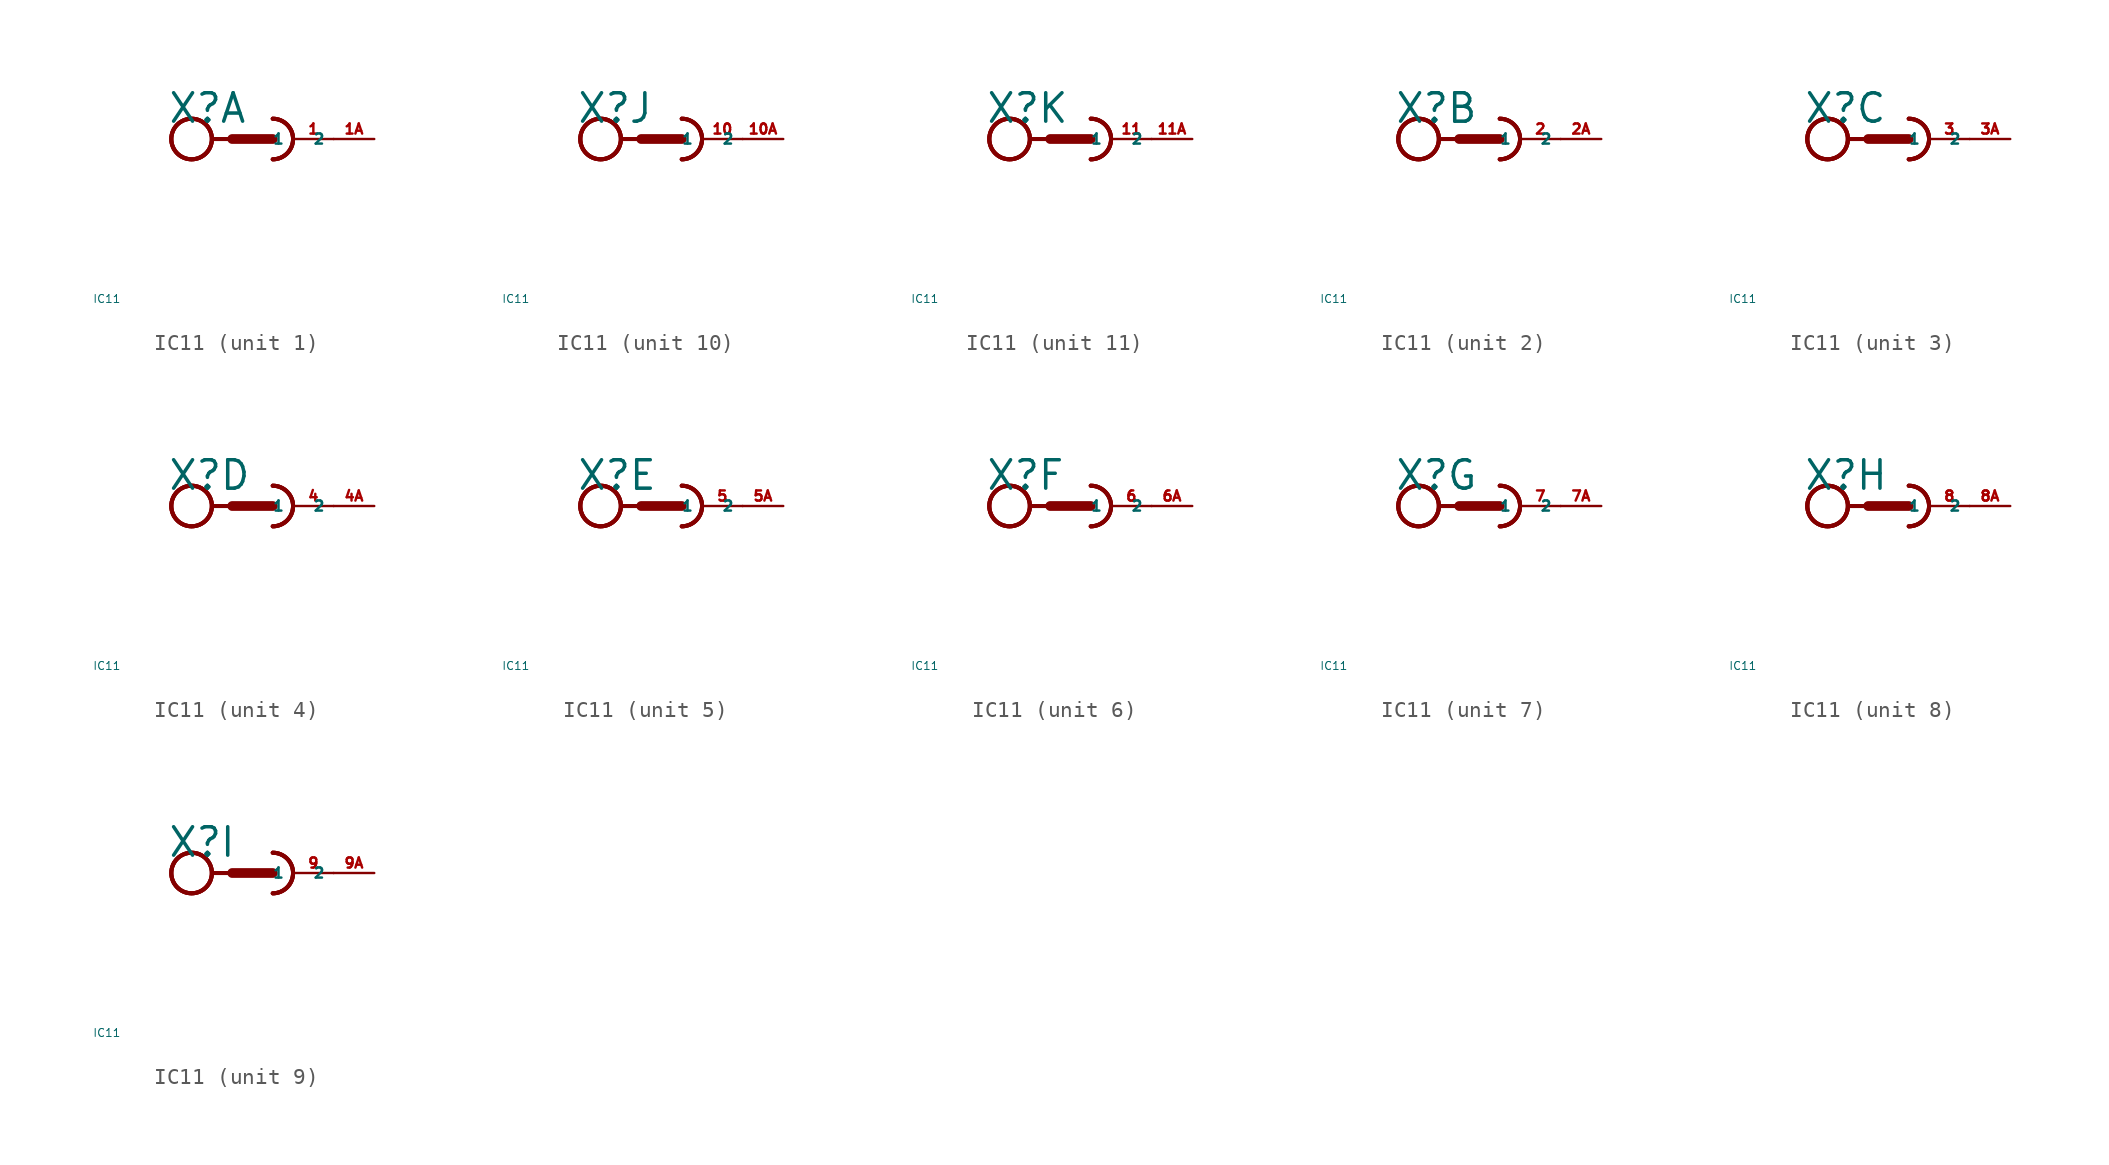
<source format=kicad_sym>
(kicad_symbol_lib
  (version 20220914)
  (generator Eagle2Kicad)
  (symbol "IC11"
    (property "Reference" "X"
      (at -5.334 0.889 0)
      (effects (font (size 1.778 1.778) (thickness 0.22)) (justify left bottom)))
    (property "Value" "IC11"
      (at -10 -10 0)
      (effects (font (size 0.5 0.5) (thickness 0.06)) (justify left)))
    (symbol "IC11_1_0"
      (arc (start 1.27 -1.27) (mid 2.540 0.000) (end 1.27 1.27) (stroke (width 0.254) (type default)) (fill (type none)))
      (arc (start 1.27 -1.27) (mid 2.540 0.000) (end 1.27 1.27) (stroke (width 0.254) (type default)) (fill (type none)))
      (polyline (pts (xy -2.54 0) (xy -1.27 0)) (stroke (width 0.254) (type default)) (fill (type none)))
      (polyline (pts (xy -1.27 0) (xy 1.27 0)) (stroke (width 0.61) (type default)) (fill (type none)))
      (arc (start 1.27 -1.27) (mid 2.540 0.000) (end 1.27 1.27) (stroke (width 0.254) (type default)) (fill (type none)))
      (circle (center -3.81 0) (radius 1.27) (stroke (width 0.254) (type default)) (fill (type none)))
      (circle (center -3.81 0) (radius 1.27) (stroke (width 0.254) (type default)) (fill (type none)))
      (circle (center -3.81 0) (radius 1.27) (stroke (width 0.254) (type default)) (fill (type none)))
      (pin passive line (at 5.08 0 180) (length 2.54) (name "1" (effects (font (size 0.635 0.635) (thickness 0.08)) (justify left bottom))) (number "1" (effects (font (size 0.635 0.635) (thickness 0.08)) (justify left bottom))))
      (pin passive line (at 7.62 0 180) (length 2.54) (name "2" (effects (font (size 0.635 0.635) (thickness 0.08)) (justify left bottom))) (number "1A" (effects (font (size 0.635 0.635) (thickness 0.08)) (justify left bottom)))))
    (symbol "IC11_2_0"
      (arc (start 1.27 -1.27) (mid 2.540 0.000) (end 1.27 1.27) (stroke (width 0.254) (type default)) (fill (type none)))
      (arc (start 1.27 -1.27) (mid 2.540 0.000) (end 1.27 1.27) (stroke (width 0.254) (type default)) (fill (type none)))
      (polyline (pts (xy -2.54 0) (xy -1.27 0)) (stroke (width 0.254) (type default)) (fill (type none)))
      (polyline (pts (xy -1.27 0) (xy 1.27 0)) (stroke (width 0.61) (type default)) (fill (type none)))
      (arc (start 1.27 -1.27) (mid 2.540 0.000) (end 1.27 1.27) (stroke (width 0.254) (type default)) (fill (type none)))
      (circle (center -3.81 0) (radius 1.27) (stroke (width 0.254) (type default)) (fill (type none)))
      (circle (center -3.81 0) (radius 1.27) (stroke (width 0.254) (type default)) (fill (type none)))
      (circle (center -3.81 0) (radius 1.27) (stroke (width 0.254) (type default)) (fill (type none)))
      (pin passive line (at 5.08 0 180) (length 2.54) (name "1" (effects (font (size 0.635 0.635) (thickness 0.08)) (justify left bottom))) (number "2" (effects (font (size 0.635 0.635) (thickness 0.08)) (justify left bottom))))
      (pin passive line (at 7.62 0 180) (length 2.54) (name "2" (effects (font (size 0.635 0.635) (thickness 0.08)) (justify left bottom))) (number "2A" (effects (font (size 0.635 0.635) (thickness 0.08)) (justify left bottom)))))
    (symbol "IC11_3_0"
      (arc (start 1.27 -1.27) (mid 2.540 0.000) (end 1.27 1.27) (stroke (width 0.254) (type default)) (fill (type none)))
      (arc (start 1.27 -1.27) (mid 2.540 0.000) (end 1.27 1.27) (stroke (width 0.254) (type default)) (fill (type none)))
      (polyline (pts (xy -2.54 0) (xy -1.27 0)) (stroke (width 0.254) (type default)) (fill (type none)))
      (polyline (pts (xy -1.27 0) (xy 1.27 0)) (stroke (width 0.61) (type default)) (fill (type none)))
      (arc (start 1.27 -1.27) (mid 2.540 0.000) (end 1.27 1.27) (stroke (width 0.254) (type default)) (fill (type none)))
      (circle (center -3.81 0) (radius 1.27) (stroke (width 0.254) (type default)) (fill (type none)))
      (circle (center -3.81 0) (radius 1.27) (stroke (width 0.254) (type default)) (fill (type none)))
      (circle (center -3.81 0) (radius 1.27) (stroke (width 0.254) (type default)) (fill (type none)))
      (pin passive line (at 5.08 0 180) (length 2.54) (name "1" (effects (font (size 0.635 0.635) (thickness 0.08)) (justify left bottom))) (number "3" (effects (font (size 0.635 0.635) (thickness 0.08)) (justify left bottom))))
      (pin passive line (at 7.62 0 180) (length 2.54) (name "2" (effects (font (size 0.635 0.635) (thickness 0.08)) (justify left bottom))) (number "3A" (effects (font (size 0.635 0.635) (thickness 0.08)) (justify left bottom)))))
    (symbol "IC11_4_0"
      (arc (start 1.27 -1.27) (mid 2.540 0.000) (end 1.27 1.27) (stroke (width 0.254) (type default)) (fill (type none)))
      (arc (start 1.27 -1.27) (mid 2.540 0.000) (end 1.27 1.27) (stroke (width 0.254) (type default)) (fill (type none)))
      (polyline (pts (xy -2.54 0) (xy -1.27 0)) (stroke (width 0.254) (type default)) (fill (type none)))
      (polyline (pts (xy -1.27 0) (xy 1.27 0)) (stroke (width 0.61) (type default)) (fill (type none)))
      (arc (start 1.27 -1.27) (mid 2.540 0.000) (end 1.27 1.27) (stroke (width 0.254) (type default)) (fill (type none)))
      (circle (center -3.81 0) (radius 1.27) (stroke (width 0.254) (type default)) (fill (type none)))
      (circle (center -3.81 0) (radius 1.27) (stroke (width 0.254) (type default)) (fill (type none)))
      (circle (center -3.81 0) (radius 1.27) (stroke (width 0.254) (type default)) (fill (type none)))
      (pin passive line (at 5.08 0 180) (length 2.54) (name "1" (effects (font (size 0.635 0.635) (thickness 0.08)) (justify left bottom))) (number "4" (effects (font (size 0.635 0.635) (thickness 0.08)) (justify left bottom))))
      (pin passive line (at 7.62 0 180) (length 2.54) (name "2" (effects (font (size 0.635 0.635) (thickness 0.08)) (justify left bottom))) (number "4A" (effects (font (size 0.635 0.635) (thickness 0.08)) (justify left bottom)))))
    (symbol "IC11_5_0"
      (arc (start 1.27 -1.27) (mid 2.540 0.000) (end 1.27 1.27) (stroke (width 0.254) (type default)) (fill (type none)))
      (arc (start 1.27 -1.27) (mid 2.540 0.000) (end 1.27 1.27) (stroke (width 0.254) (type default)) (fill (type none)))
      (polyline (pts (xy -2.54 0) (xy -1.27 0)) (stroke (width 0.254) (type default)) (fill (type none)))
      (polyline (pts (xy -1.27 0) (xy 1.27 0)) (stroke (width 0.61) (type default)) (fill (type none)))
      (arc (start 1.27 -1.27) (mid 2.540 0.000) (end 1.27 1.27) (stroke (width 0.254) (type default)) (fill (type none)))
      (circle (center -3.81 0) (radius 1.27) (stroke (width 0.254) (type default)) (fill (type none)))
      (circle (center -3.81 0) (radius 1.27) (stroke (width 0.254) (type default)) (fill (type none)))
      (circle (center -3.81 0) (radius 1.27) (stroke (width 0.254) (type default)) (fill (type none)))
      (pin passive line (at 5.08 0 180) (length 2.54) (name "1" (effects (font (size 0.635 0.635) (thickness 0.08)) (justify left bottom))) (number "5" (effects (font (size 0.635 0.635) (thickness 0.08)) (justify left bottom))))
      (pin passive line (at 7.62 0 180) (length 2.54) (name "2" (effects (font (size 0.635 0.635) (thickness 0.08)) (justify left bottom))) (number "5A" (effects (font (size 0.635 0.635) (thickness 0.08)) (justify left bottom)))))
    (symbol "IC11_6_0"
      (arc (start 1.27 -1.27) (mid 2.540 0.000) (end 1.27 1.27) (stroke (width 0.254) (type default)) (fill (type none)))
      (arc (start 1.27 -1.27) (mid 2.540 0.000) (end 1.27 1.27) (stroke (width 0.254) (type default)) (fill (type none)))
      (polyline (pts (xy -2.54 0) (xy -1.27 0)) (stroke (width 0.254) (type default)) (fill (type none)))
      (polyline (pts (xy -1.27 0) (xy 1.27 0)) (stroke (width 0.61) (type default)) (fill (type none)))
      (arc (start 1.27 -1.27) (mid 2.540 0.000) (end 1.27 1.27) (stroke (width 0.254) (type default)) (fill (type none)))
      (circle (center -3.81 0) (radius 1.27) (stroke (width 0.254) (type default)) (fill (type none)))
      (circle (center -3.81 0) (radius 1.27) (stroke (width 0.254) (type default)) (fill (type none)))
      (circle (center -3.81 0) (radius 1.27) (stroke (width 0.254) (type default)) (fill (type none)))
      (pin passive line (at 5.08 0 180) (length 2.54) (name "1" (effects (font (size 0.635 0.635) (thickness 0.08)) (justify left bottom))) (number "6" (effects (font (size 0.635 0.635) (thickness 0.08)) (justify left bottom))))
      (pin passive line (at 7.62 0 180) (length 2.54) (name "2" (effects (font (size 0.635 0.635) (thickness 0.08)) (justify left bottom))) (number "6A" (effects (font (size 0.635 0.635) (thickness 0.08)) (justify left bottom)))))
    (symbol "IC11_7_0"
      (arc (start 1.27 -1.27) (mid 2.540 0.000) (end 1.27 1.27) (stroke (width 0.254) (type default)) (fill (type none)))
      (arc (start 1.27 -1.27) (mid 2.540 0.000) (end 1.27 1.27) (stroke (width 0.254) (type default)) (fill (type none)))
      (polyline (pts (xy -2.54 0) (xy -1.27 0)) (stroke (width 0.254) (type default)) (fill (type none)))
      (polyline (pts (xy -1.27 0) (xy 1.27 0)) (stroke (width 0.61) (type default)) (fill (type none)))
      (arc (start 1.27 -1.27) (mid 2.540 0.000) (end 1.27 1.27) (stroke (width 0.254) (type default)) (fill (type none)))
      (circle (center -3.81 0) (radius 1.27) (stroke (width 0.254) (type default)) (fill (type none)))
      (circle (center -3.81 0) (radius 1.27) (stroke (width 0.254) (type default)) (fill (type none)))
      (circle (center -3.81 0) (radius 1.27) (stroke (width 0.254) (type default)) (fill (type none)))
      (pin passive line (at 5.08 0 180) (length 2.54) (name "1" (effects (font (size 0.635 0.635) (thickness 0.08)) (justify left bottom))) (number "7" (effects (font (size 0.635 0.635) (thickness 0.08)) (justify left bottom))))
      (pin passive line (at 7.62 0 180) (length 2.54) (name "2" (effects (font (size 0.635 0.635) (thickness 0.08)) (justify left bottom))) (number "7A" (effects (font (size 0.635 0.635) (thickness 0.08)) (justify left bottom)))))
    (symbol "IC11_8_0"
      (arc (start 1.27 -1.27) (mid 2.540 0.000) (end 1.27 1.27) (stroke (width 0.254) (type default)) (fill (type none)))
      (arc (start 1.27 -1.27) (mid 2.540 0.000) (end 1.27 1.27) (stroke (width 0.254) (type default)) (fill (type none)))
      (polyline (pts (xy -2.54 0) (xy -1.27 0)) (stroke (width 0.254) (type default)) (fill (type none)))
      (polyline (pts (xy -1.27 0) (xy 1.27 0)) (stroke (width 0.61) (type default)) (fill (type none)))
      (arc (start 1.27 -1.27) (mid 2.540 0.000) (end 1.27 1.27) (stroke (width 0.254) (type default)) (fill (type none)))
      (circle (center -3.81 0) (radius 1.27) (stroke (width 0.254) (type default)) (fill (type none)))
      (circle (center -3.81 0) (radius 1.27) (stroke (width 0.254) (type default)) (fill (type none)))
      (circle (center -3.81 0) (radius 1.27) (stroke (width 0.254) (type default)) (fill (type none)))
      (pin passive line (at 5.08 0 180) (length 2.54) (name "1" (effects (font (size 0.635 0.635) (thickness 0.08)) (justify left bottom))) (number "8" (effects (font (size 0.635 0.635) (thickness 0.08)) (justify left bottom))))
      (pin passive line (at 7.62 0 180) (length 2.54) (name "2" (effects (font (size 0.635 0.635) (thickness 0.08)) (justify left bottom))) (number "8A" (effects (font (size 0.635 0.635) (thickness 0.08)) (justify left bottom)))))
    (symbol "IC11_9_0"
      (arc (start 1.27 -1.27) (mid 2.540 0.000) (end 1.27 1.27) (stroke (width 0.254) (type default)) (fill (type none)))
      (arc (start 1.27 -1.27) (mid 2.540 0.000) (end 1.27 1.27) (stroke (width 0.254) (type default)) (fill (type none)))
      (polyline (pts (xy -2.54 0) (xy -1.27 0)) (stroke (width 0.254) (type default)) (fill (type none)))
      (polyline (pts (xy -1.27 0) (xy 1.27 0)) (stroke (width 0.61) (type default)) (fill (type none)))
      (arc (start 1.27 -1.27) (mid 2.540 0.000) (end 1.27 1.27) (stroke (width 0.254) (type default)) (fill (type none)))
      (circle (center -3.81 0) (radius 1.27) (stroke (width 0.254) (type default)) (fill (type none)))
      (circle (center -3.81 0) (radius 1.27) (stroke (width 0.254) (type default)) (fill (type none)))
      (circle (center -3.81 0) (radius 1.27) (stroke (width 0.254) (type default)) (fill (type none)))
      (pin passive line (at 5.08 0 180) (length 2.54) (name "1" (effects (font (size 0.635 0.635) (thickness 0.08)) (justify left bottom))) (number "9" (effects (font (size 0.635 0.635) (thickness 0.08)) (justify left bottom))))
      (pin passive line (at 7.62 0 180) (length 2.54) (name "2" (effects (font (size 0.635 0.635) (thickness 0.08)) (justify left bottom))) (number "9A" (effects (font (size 0.635 0.635) (thickness 0.08)) (justify left bottom)))))
    (symbol "IC11_10_0"
      (arc (start 1.27 -1.27) (mid 2.540 0.000) (end 1.27 1.27) (stroke (width 0.254) (type default)) (fill (type none)))
      (arc (start 1.27 -1.27) (mid 2.540 0.000) (end 1.27 1.27) (stroke (width 0.254) (type default)) (fill (type none)))
      (polyline (pts (xy -2.54 0) (xy -1.27 0)) (stroke (width 0.254) (type default)) (fill (type none)))
      (polyline (pts (xy -1.27 0) (xy 1.27 0)) (stroke (width 0.61) (type default)) (fill (type none)))
      (arc (start 1.27 -1.27) (mid 2.540 0.000) (end 1.27 1.27) (stroke (width 0.254) (type default)) (fill (type none)))
      (circle (center -3.81 0) (radius 1.27) (stroke (width 0.254) (type default)) (fill (type none)))
      (circle (center -3.81 0) (radius 1.27) (stroke (width 0.254) (type default)) (fill (type none)))
      (circle (center -3.81 0) (radius 1.27) (stroke (width 0.254) (type default)) (fill (type none)))
      (pin passive line (at 5.08 0 180) (length 2.54) (name "1" (effects (font (size 0.635 0.635) (thickness 0.08)) (justify left bottom))) (number "10" (effects (font (size 0.635 0.635) (thickness 0.08)) (justify left bottom))))
      (pin passive line (at 7.62 0 180) (length 2.54) (name "2" (effects (font (size 0.635 0.635) (thickness 0.08)) (justify left bottom))) (number "10A" (effects (font (size 0.635 0.635) (thickness 0.08)) (justify left bottom)))))
    (symbol "IC11_11_0"
      (arc (start 1.27 -1.27) (mid 2.540 0.000) (end 1.27 1.27) (stroke (width 0.254) (type default)) (fill (type none)))
      (arc (start 1.27 -1.27) (mid 2.540 0.000) (end 1.27 1.27) (stroke (width 0.254) (type default)) (fill (type none)))
      (polyline (pts (xy -2.54 0) (xy -1.27 0)) (stroke (width 0.254) (type default)) (fill (type none)))
      (polyline (pts (xy -1.27 0) (xy 1.27 0)) (stroke (width 0.61) (type default)) (fill (type none)))
      (arc (start 1.27 -1.27) (mid 2.540 0.000) (end 1.27 1.27) (stroke (width 0.254) (type default)) (fill (type none)))
      (circle (center -3.81 0) (radius 1.27) (stroke (width 0.254) (type default)) (fill (type none)))
      (circle (center -3.81 0) (radius 1.27) (stroke (width 0.254) (type default)) (fill (type none)))
      (circle (center -3.81 0) (radius 1.27) (stroke (width 0.254) (type default)) (fill (type none)))
      (pin passive line (at 5.08 0 180) (length 2.54) (name "1" (effects (font (size 0.635 0.635) (thickness 0.08)) (justify left bottom))) (number "11" (effects (font (size 0.635 0.635) (thickness 0.08)) (justify left bottom))))
      (pin passive line (at 7.62 0 180) (length 2.54) (name "2" (effects (font (size 0.635 0.635) (thickness 0.08)) (justify left bottom))) (number "11A" (effects (font (size 0.635 0.635) (thickness 0.08)) (justify left bottom)))))))
</source>
